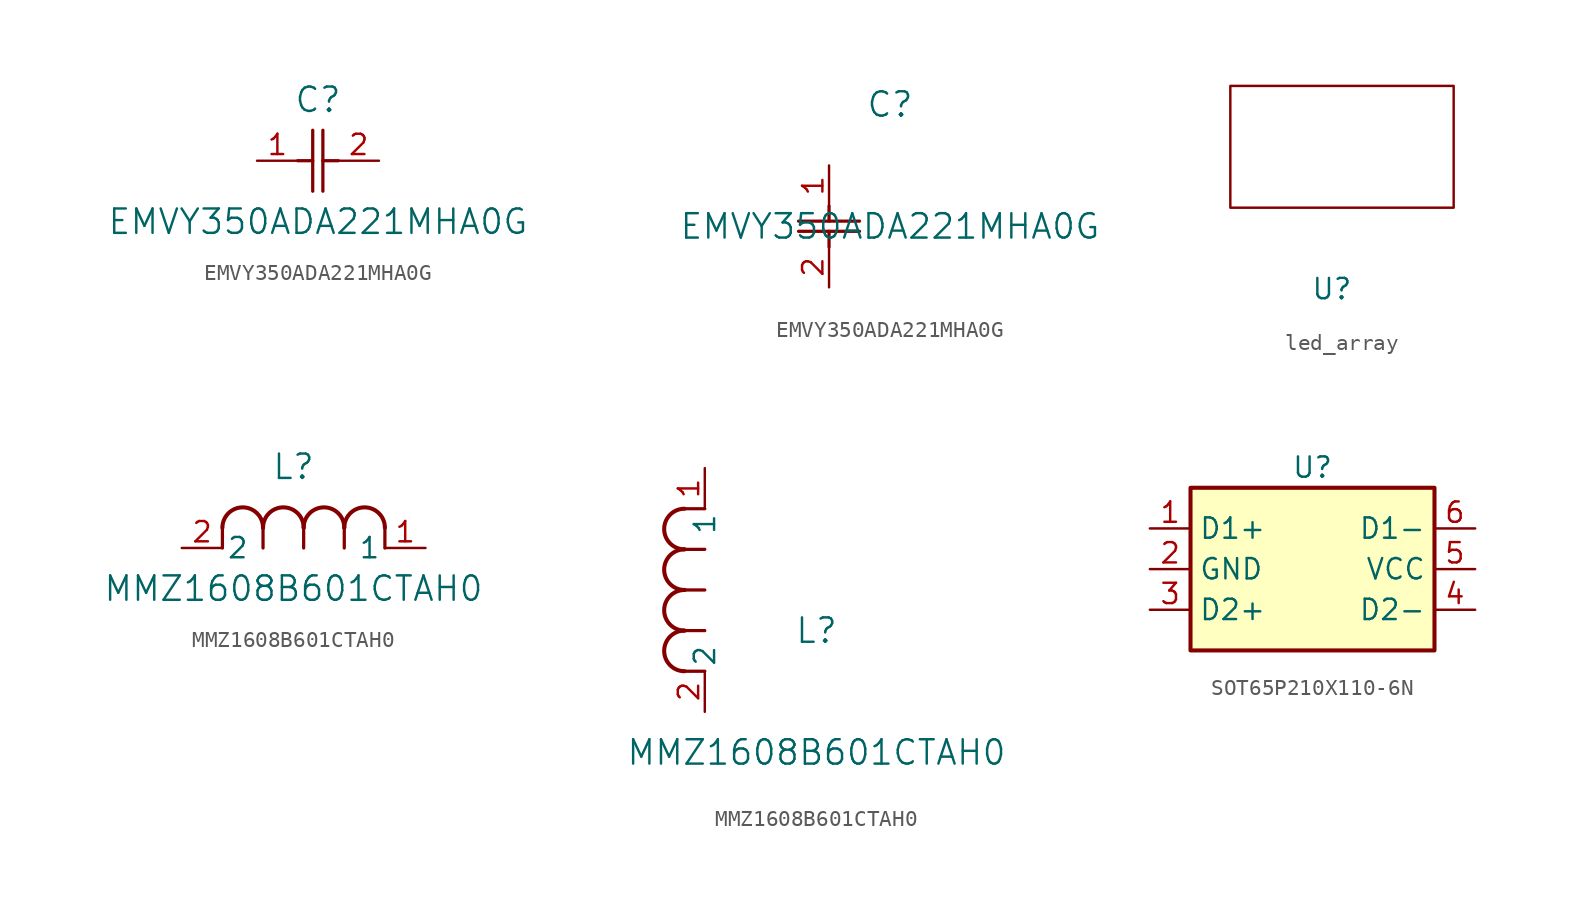
<source format=kicad_sym>
(kicad_symbol_lib
  (version 20220914)
  (generator kicad_symbol_editor)
  (symbol "EMVY350ADA221MHA0G"
    (pin_names
      (offset 0.254))
    (property "Reference" "C"
      (at 3.81 3.81 0)
      (effects (font (size 1.524 1.524))))
    (property "Value" "EMVY350ADA221MHA0G"
      (at 3.81 -3.81 0)
      (effects (font (size 1.524 1.524))))
    (symbol "EMVY350ADA221MHA0G_1_1"
      (polyline (pts (xy 2.54 0) (xy 3.48 0)) (stroke (width 0.203) (type default)) (fill (type none)))
      (polyline (pts (xy 3.48 -1.905) (xy 3.48 1.905)) (stroke (width 0.203) (type default)) (fill (type none)))
      (polyline (pts (xy 4.115 -1.905) (xy 4.115 1.905)) (stroke (width 0.203) (type default)) (fill (type none)))
      (polyline (pts (xy 4.115 0) (xy 5.08 0)) (stroke (width 0.203) (type default)) (fill (type none)))
      (pin unspecified line (at 0 0 0) (length 2.54) (name "" (effects (font (size 1.27 1.27)))) (number "1" (effects (font (size 1.27 1.27)))))
      (pin unspecified line (at 7.62 0 180) (length 2.54) (name "" (effects (font (size 1.27 1.27)))) (number "2" (effects (font (size 1.27 1.27))))))
    (symbol "EMVY350ADA221MHA0G_1_2"
      (polyline (pts (xy -1.905 -4.115) (xy 1.905 -4.115)) (stroke (width 0.203) (type default)) (fill (type none)))
      (polyline (pts (xy -1.905 -3.48) (xy 1.905 -3.48)) (stroke (width 0.203) (type default)) (fill (type none)))
      (polyline (pts (xy 0 -4.115) (xy 0 -5.08)) (stroke (width 0.203) (type default)) (fill (type none)))
      (polyline (pts (xy 0 -2.54) (xy 0 -3.48)) (stroke (width 0.203) (type default)) (fill (type none)))
      (pin unspecified line (at 0 0 270) (length 2.54) (name "" (effects (font (size 1.27 1.27)))) (number "1" (effects (font (size 1.27 1.27)))))
      (pin unspecified line (at 0 -7.62 90) (length 2.54) (name "" (effects (font (size 1.27 1.27)))) (number "2" (effects (font (size 1.27 1.27)))))))
  (symbol "led_array"
    (property "Reference" "U"
      (at 0 0 0)
      (effects (font (size 1.27 1.27))))
    (property "Value" ""
      (at 0 0 0)
      (effects (font (size 1.27 1.27))))
    (symbol "led_array_0_1"
      (rectangle (start 7.62 12.7) (end -6.35 5.08) (stroke (width 0) (type default)) (fill (type none)))))
  (symbol "MMZ1608B601CTAH0"
    (pin_names
      (offset 0.254))
    (property "Reference" "L"
      (at 6.985 5.08 0)
      (effects (font (size 1.524 1.524))))
    (property "Value" "MMZ1608B601CTAH0"
      (at 6.985 -2.54 0)
      (effects (font (size 1.524 1.524))))
    (symbol "MMZ1608B601CTAH0_1_1"
      (polyline (pts (xy 2.54 0) (xy 2.54 1.27)) (stroke (width 0.203) (type default)) (fill (type none)))
      (polyline (pts (xy 5.08 0) (xy 5.08 1.27)) (stroke (width 0.203) (type default)) (fill (type none)))
      (polyline (pts (xy 7.62 0) (xy 7.62 1.27)) (stroke (width 0.203) (type default)) (fill (type none)))
      (polyline (pts (xy 10.16 0) (xy 10.16 1.27)) (stroke (width 0.203) (type default)) (fill (type none)))
      (polyline (pts (xy 12.7 0) (xy 12.7 1.27)) (stroke (width 0.203) (type default)) (fill (type none)))
      (arc (start 5.08 1.27) (mid 3.81 2.5345) (end 2.54 1.27) (stroke (width 0.254) (type default)) (fill (type none)))
      (arc (start 7.62 1.27) (mid 6.35 2.5345) (end 5.08 1.27) (stroke (width 0.254) (type default)) (fill (type none)))
      (arc (start 10.16 1.27) (mid 8.89 2.5345) (end 7.62 1.27) (stroke (width 0.254) (type default)) (fill (type none)))
      (arc (start 12.7 1.27) (mid 11.43 2.5345) (end 10.16 1.27) (stroke (width 0.254) (type default)) (fill (type none)))
      (pin unspecified line (at 15.24 0 180) (length 2.54) (name "1" (effects (font (size 1.27 1.27)))) (number "1" (effects (font (size 1.27 1.27)))))
      (pin unspecified line (at 0 0 0) (length 2.54) (name "2" (effects (font (size 1.27 1.27)))) (number "2" (effects (font (size 1.27 1.27))))))
    (symbol "MMZ1608B601CTAH0_1_2"
      (arc (start -1.27 5.08) (mid -2.5345 3.81) (end -1.27 2.54) (stroke (width 0.254) (type default)) (fill (type none)))
      (arc (start -1.27 7.62) (mid -2.5345 6.35) (end -1.27 5.08) (stroke (width 0.254) (type default)) (fill (type none)))
      (arc (start -1.27 10.16) (mid -2.5345 8.89) (end -1.27 7.62) (stroke (width 0.254) (type default)) (fill (type none)))
      (arc (start -1.27 12.7) (mid -2.5345 11.43) (end -1.27 10.16) (stroke (width 0.254) (type default)) (fill (type none)))
      (polyline (pts (xy 0 2.54) (xy -1.27 2.54)) (stroke (width 0.203) (type default)) (fill (type none)))
      (polyline (pts (xy 0 5.08) (xy -1.27 5.08)) (stroke (width 0.203) (type default)) (fill (type none)))
      (polyline (pts (xy 0 7.62) (xy -1.27 7.62)) (stroke (width 0.203) (type default)) (fill (type none)))
      (polyline (pts (xy 0 10.16) (xy -1.27 10.16)) (stroke (width 0.203) (type default)) (fill (type none)))
      (polyline (pts (xy 0 12.7) (xy -1.27 12.7)) (stroke (width 0.203) (type default)) (fill (type none)))
      (pin unspecified line (at 0 15.24 270) (length 2.54) (name "1" (effects (font (size 1.27 1.27)))) (number "1" (effects (font (size 1.27 1.27)))))
      (pin unspecified line (at 0 0 90) (length 2.54) (name "2" (effects (font (size 1.27 1.27)))) (number "2" (effects (font (size 1.27 1.27)))))))
  (symbol "SOT65P210X110-6N"
    (property "Reference" "U"
      (at 0 0 0)
      (effects (font (size 1.27 1.27))))
    (property "Value" ""
      (at 0 0 0)
      (effects (font (size 1.27 1.27))))
    (symbol "SOT65P210X110-6N_0_0"
      (rectangle (start -7.62 -1.27) (end 7.62 -11.43) (stroke (width 0.254) (type default)) (fill (type background))))
    (symbol "SOT65P210X110-6N_1_1"
      (pin input line (at -10.16 -3.81 0) (length 2.54) (name "D1+" (effects (font (size 1.27 1.27)))) (number "1" (effects (font (size 1.27 1.27)))))
      (pin input line (at -10.16 -6.35 0) (length 2.54) (name "GND" (effects (font (size 1.27 1.27)))) (number "2" (effects (font (size 1.27 1.27)))))
      (pin input line (at -10.16 -8.89 0) (length 2.54) (name "D2+" (effects (font (size 1.27 1.27)))) (number "3" (effects (font (size 1.27 1.27)))))
      (pin input line (at 10.16 -8.89 180) (length 2.54) (name "D2-" (effects (font (size 1.27 1.27)))) (number "4" (effects (font (size 1.27 1.27)))))
      (pin input line (at 10.16 -6.35 180) (length 2.54) (name "VCC" (effects (font (size 1.27 1.27)))) (number "5" (effects (font (size 1.27 1.27)))))
      (pin input line (at 10.16 -3.81 180) (length 2.54) (name "D1-" (effects (font (size 1.27 1.27)))) (number "6" (effects (font (size 1.27 1.27))))))))
</source>
